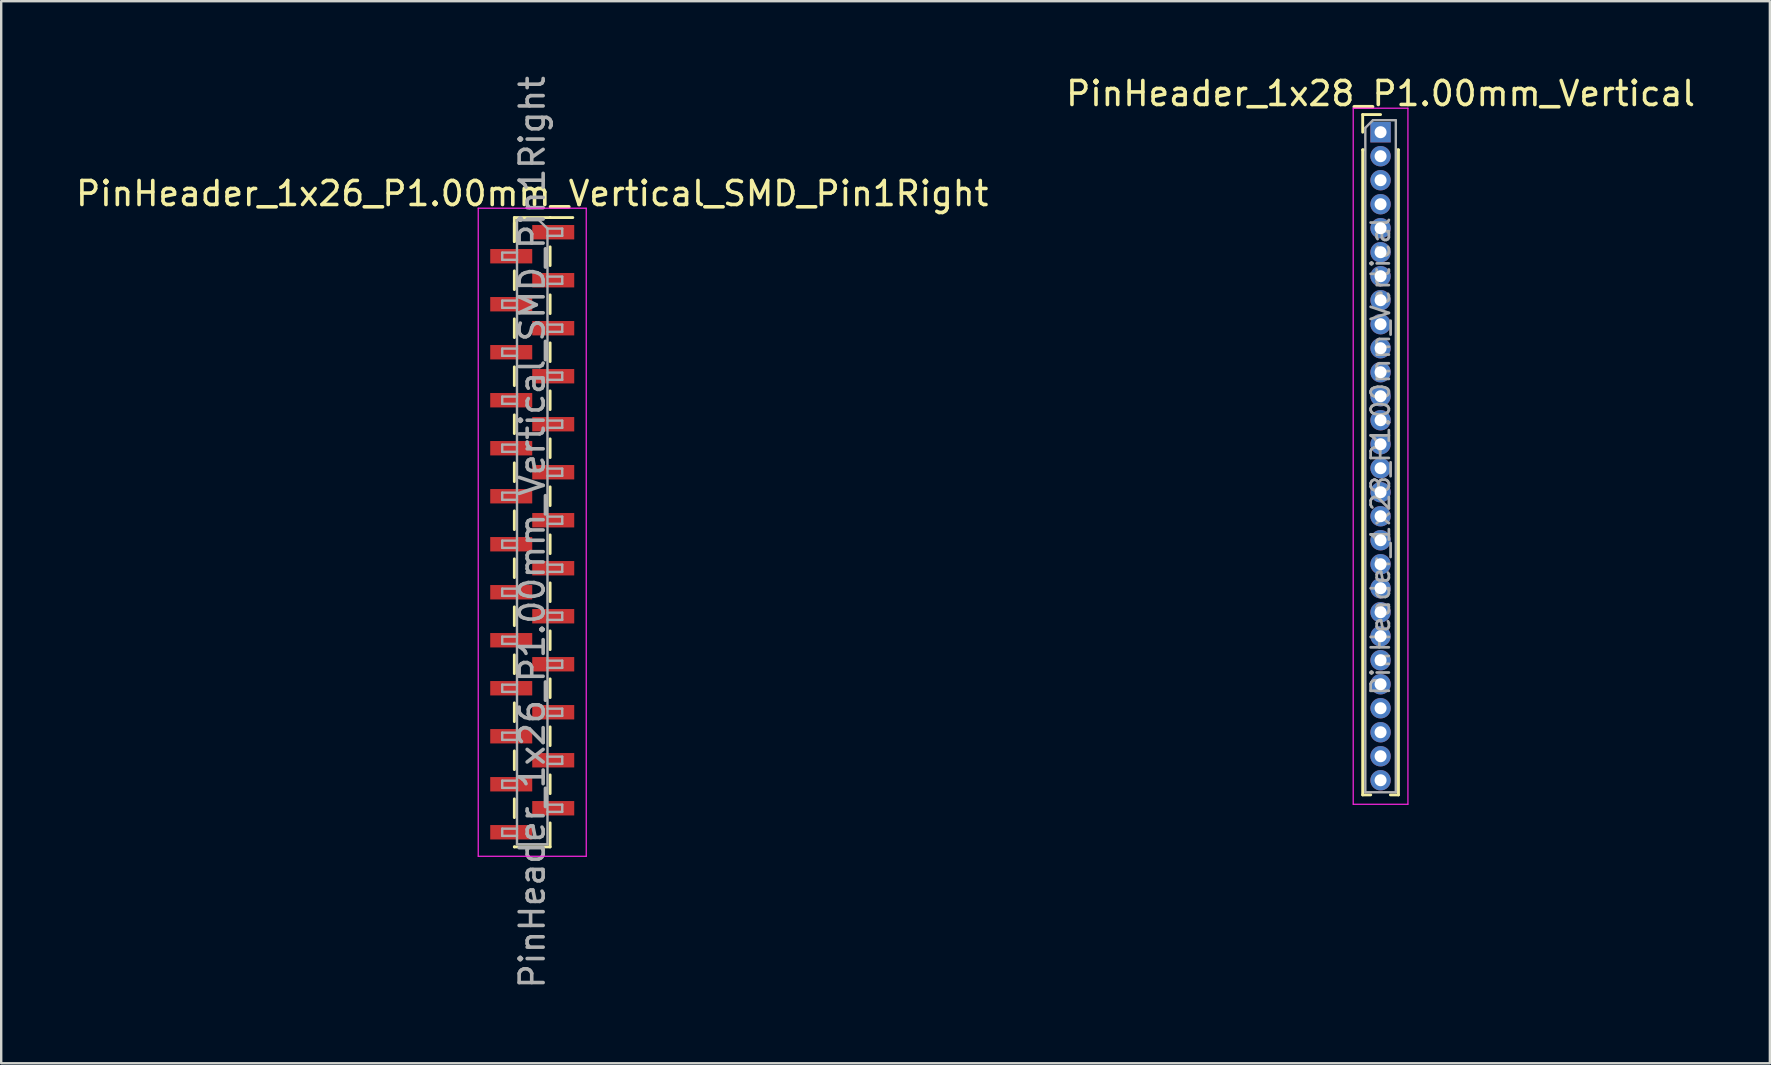
<source format=kicad_pcb>
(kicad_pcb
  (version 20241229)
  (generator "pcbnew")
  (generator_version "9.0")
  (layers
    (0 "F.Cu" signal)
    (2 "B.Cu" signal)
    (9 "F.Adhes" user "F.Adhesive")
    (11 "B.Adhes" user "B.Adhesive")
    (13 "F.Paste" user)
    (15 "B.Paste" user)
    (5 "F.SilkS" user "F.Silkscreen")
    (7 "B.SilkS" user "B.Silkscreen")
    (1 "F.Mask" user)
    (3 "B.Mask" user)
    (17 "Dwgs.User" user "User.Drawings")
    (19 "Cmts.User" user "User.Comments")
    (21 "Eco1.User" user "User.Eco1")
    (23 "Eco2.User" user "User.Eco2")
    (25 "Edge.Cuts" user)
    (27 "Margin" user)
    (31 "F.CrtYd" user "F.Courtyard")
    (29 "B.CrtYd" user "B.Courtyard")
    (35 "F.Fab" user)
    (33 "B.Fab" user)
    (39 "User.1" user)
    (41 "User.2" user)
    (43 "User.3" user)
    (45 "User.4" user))
  (footprint "PinHeader_1x28_P1.00mm_Vertical"
    (layer "F.Cu")
    (at 54.47 2.458)
    (property "Reference" "PinHeader_1x28_P1.00mm_Vertical" (at 0 -1.61 0) (layer "F.SilkS") (effects (font (size 1 1) (thickness 0.15))))
    (attr through_hole)
    (fp_line (start -0.745 -0.735) (end 0 -0.735) (stroke (width 0.12) (type solid)) (layer "F.SilkS"))
    (fp_line (start -0.745 0) (end -0.745 -0.735) (stroke (width 0.12) (type solid)) (layer "F.SilkS"))
    (fp_line (start -0.745 0.735) (end -0.745 27.61) (stroke (width 0.12) (type solid)) (layer "F.SilkS"))
    (fp_line (start -0.745 0.735) (end -0.686 0.735) (stroke (width 0.12) (type solid)) (layer "F.SilkS"))
    (fp_line (start -0.745 27.61) (end -0.41 27.61) (stroke (width 0.12) (type solid)) (layer "F.SilkS"))
    (fp_line (start 0.41 27.61) (end 0.745 27.61) (stroke (width 0.12) (type solid)) (layer "F.SilkS"))
    (fp_line (start 0.686 0.735) (end 0.745 0.735) (stroke (width 0.12) (type solid)) (layer "F.SilkS"))
    (fp_line (start 0.745 0.735) (end 0.745 27.61) (stroke (width 0.12) (type solid)) (layer "F.SilkS"))
    (fp_line (start -1.14 -1) (end -1.14 28) (stroke (width 0.05) (type solid)) (layer "F.CrtYd"))
    (fp_line (start -1.14 28) (end 1.14 28) (stroke (width 0.05) (type solid)) (layer "F.CrtYd"))
    (fp_line (start 1.14 -1) (end -1.14 -1) (stroke (width 0.05) (type solid)) (layer "F.CrtYd"))
    (fp_line (start 1.14 28) (end 1.14 -1) (stroke (width 0.05) (type solid)) (layer "F.CrtYd"))
    (fp_line (start -0.635 -0.182) (end -0.318 -0.5) (stroke (width 0.1) (type solid)) (layer "F.Fab"))
    (fp_line (start -0.635 27.5) (end -0.635 -0.182) (stroke (width 0.1) (type solid)) (layer "F.Fab"))
    (fp_line (start -0.318 -0.5) (end 0.635 -0.5) (stroke (width 0.1) (type solid)) (layer "F.Fab"))
    (fp_line (start 0.635 -0.5) (end 0.635 27.5) (stroke (width 0.1) (type solid)) (layer "F.Fab"))
    (fp_line (start 0.635 27.5) (end -0.635 27.5) (stroke (width 0.1) (type solid)) (layer "F.Fab"))
    (fp_text user "${REFERENCE}" (at 0 13.5 90) (layer "F.Fab") (effects (font (size 0.76 0.76) (thickness 0.114))))
    (pad "1" thru_hole rect (at 0 0) (size 0.85 0.85) (drill 0.5) (layers "*.Cu" "*.Mask"))
    (pad "2" thru_hole circle (at 0 1) (size 0.85 0.85) (drill 0.5) (layers "*.Cu" "*.Mask"))
    (pad "3" thru_hole circle (at 0 2) (size 0.85 0.85) (drill 0.5) (layers "*.Cu" "*.Mask"))
    (pad "4" thru_hole circle (at 0 3) (size 0.85 0.85) (drill 0.5) (layers "*.Cu" "*.Mask"))
    (pad "5" thru_hole circle (at 0 4) (size 0.85 0.85) (drill 0.5) (layers "*.Cu" "*.Mask"))
    (pad "6" thru_hole circle (at 0 5) (size 0.85 0.85) (drill 0.5) (layers "*.Cu" "*.Mask"))
    (pad "7" thru_hole circle (at 0 6) (size 0.85 0.85) (drill 0.5) (layers "*.Cu" "*.Mask"))
    (pad "8" thru_hole circle (at 0 7) (size 0.85 0.85) (drill 0.5) (layers "*.Cu" "*.Mask"))
    (pad "9" thru_hole circle (at 0 8) (size 0.85 0.85) (drill 0.5) (layers "*.Cu" "*.Mask"))
    (pad "10" thru_hole circle (at 0 9) (size 0.85 0.85) (drill 0.5) (layers "*.Cu" "*.Mask"))
    (pad "11" thru_hole circle (at 0 10) (size 0.85 0.85) (drill 0.5) (layers "*.Cu" "*.Mask"))
    (pad "12" thru_hole circle (at 0 11) (size 0.85 0.85) (drill 0.5) (layers "*.Cu" "*.Mask"))
    (pad "13" thru_hole circle (at 0 12) (size 0.85 0.85) (drill 0.5) (layers "*.Cu" "*.Mask"))
    (pad "14" thru_hole circle (at 0 13) (size 0.85 0.85) (drill 0.5) (layers "*.Cu" "*.Mask"))
    (pad "15" thru_hole circle (at 0 14) (size 0.85 0.85) (drill 0.5) (layers "*.Cu" "*.Mask"))
    (pad "16" thru_hole circle (at 0 15) (size 0.85 0.85) (drill 0.5) (layers "*.Cu" "*.Mask"))
    (pad "17" thru_hole circle (at 0 16) (size 0.85 0.85) (drill 0.5) (layers "*.Cu" "*.Mask"))
    (pad "18" thru_hole circle (at 0 17) (size 0.85 0.85) (drill 0.5) (layers "*.Cu" "*.Mask"))
    (pad "19" thru_hole circle (at 0 18) (size 0.85 0.85) (drill 0.5) (layers "*.Cu" "*.Mask"))
    (pad "20" thru_hole circle (at 0 19) (size 0.85 0.85) (drill 0.5) (layers "*.Cu" "*.Mask"))
    (pad "21" thru_hole circle (at 0 20) (size 0.85 0.85) (drill 0.5) (layers "*.Cu" "*.Mask"))
    (pad "22" thru_hole circle (at 0 21) (size 0.85 0.85) (drill 0.5) (layers "*.Cu" "*.Mask"))
    (pad "23" thru_hole circle (at 0 22) (size 0.85 0.85) (drill 0.5) (layers "*.Cu" "*.Mask"))
    (pad "24" thru_hole circle (at 0 23) (size 0.85 0.85) (drill 0.5) (layers "*.Cu" "*.Mask"))
    (pad "25" thru_hole circle (at 0 24) (size 0.85 0.85) (drill 0.5) (layers "*.Cu" "*.Mask"))
    (pad "26" thru_hole circle (at 0 25) (size 0.85 0.85) (drill 0.5) (layers "*.Cu" "*.Mask"))
    (pad "27" thru_hole circle (at 0 26) (size 0.85 0.85) (drill 0.5) (layers "*.Cu" "*.Mask"))
    (pad "28" thru_hole circle (at 0 27) (size 0.85 0.85) (drill 0.5) (layers "*.Cu" "*.Mask")))
  (footprint "PinHeader_1x26_P1.00mm_Vertical_SMD_Pin1Right"
    (layer "F.Cu")
    (at 19.125 19.125)
    (property "Reference" "PinHeader_1x26_P1.00mm_Vertical_SMD_Pin1Right" (at 0 -14.11 0) (layer "F.SilkS") (effects (font (size 1 1) (thickness 0.15))))
    (attr smd)
    (fp_line (start -0.745 -13.11) (end -0.745 -12.11) (stroke (width 0.12) (type solid)) (layer "F.SilkS"))
    (fp_line (start -0.745 -13.11) (end 0.745 -13.11) (stroke (width 0.12) (type solid)) (layer "F.SilkS"))
    (fp_line (start -0.745 -12.89) (end -0.745 -12.11) (stroke (width 0.12) (type solid)) (layer "F.SilkS"))
    (fp_line (start -0.745 -10.89) (end -0.745 -10.11) (stroke (width 0.12) (type solid)) (layer "F.SilkS"))
    (fp_line (start -0.745 -8.89) (end -0.745 -8.11) (stroke (width 0.12) (type solid)) (layer "F.SilkS"))
    (fp_line (start -0.745 -6.89) (end -0.745 -6.11) (stroke (width 0.12) (type solid)) (layer "F.SilkS"))
    (fp_line (start -0.745 -4.89) (end -0.745 -4.11) (stroke (width 0.12) (type solid)) (layer "F.SilkS"))
    (fp_line (start -0.745 -2.89) (end -0.745 -2.11) (stroke (width 0.12) (type solid)) (layer "F.SilkS"))
    (fp_line (start -0.745 -0.89) (end -0.745 -0.11) (stroke (width 0.12) (type solid)) (layer "F.SilkS"))
    (fp_line (start -0.745 1.11) (end -0.745 1.89) (stroke (width 0.12) (type solid)) (layer "F.SilkS"))
    (fp_line (start -0.745 3.11) (end -0.745 3.89) (stroke (width 0.12) (type solid)) (layer "F.SilkS"))
    (fp_line (start -0.745 5.11) (end -0.745 5.89) (stroke (width 0.12) (type solid)) (layer "F.SilkS"))
    (fp_line (start -0.745 7.11) (end -0.745 7.89) (stroke (width 0.12) (type solid)) (layer "F.SilkS"))
    (fp_line (start -0.745 9.11) (end -0.745 9.89) (stroke (width 0.12) (type solid)) (layer "F.SilkS"))
    (fp_line (start -0.745 11.11) (end -0.745 11.89) (stroke (width 0.12) (type solid)) (layer "F.SilkS"))
    (fp_line (start -0.745 13.11) (end -0.745 13.11) (stroke (width 0.12) (type solid)) (layer "F.SilkS"))
    (fp_line (start -0.745 13.11) (end 0.745 13.11) (stroke (width 0.12) (type solid)) (layer "F.SilkS"))
    (fp_line (start 0.745 -13.11) (end 0.745 -13.11) (stroke (width 0.12) (type solid)) (layer "F.SilkS"))
    (fp_line (start 0.745 -13.11) (end 1.69 -13.11) (stroke (width 0.12) (type solid)) (layer "F.SilkS"))
    (fp_line (start 0.745 -11.89) (end 0.745 -11.11) (stroke (width 0.12) (type solid)) (layer "F.SilkS"))
    (fp_line (start 0.745 -9.89) (end 0.745 -9.11) (stroke (width 0.12) (type solid)) (layer "F.SilkS"))
    (fp_line (start 0.745 -7.89) (end 0.745 -7.11) (stroke (width 0.12) (type solid)) (layer "F.SilkS"))
    (fp_line (start 0.745 -5.89) (end 0.745 -5.11) (stroke (width 0.12) (type solid)) (layer "F.SilkS"))
    (fp_line (start 0.745 -3.89) (end 0.745 -3.11) (stroke (width 0.12) (type solid)) (layer "F.SilkS"))
    (fp_line (start 0.745 -1.89) (end 0.745 -1.11) (stroke (width 0.12) (type solid)) (layer "F.SilkS"))
    (fp_line (start 0.745 0.11) (end 0.745 0.89) (stroke (width 0.12) (type solid)) (layer "F.SilkS"))
    (fp_line (start 0.745 2.11) (end 0.745 2.89) (stroke (width 0.12) (type solid)) (layer "F.SilkS"))
    (fp_line (start 0.745 4.11) (end 0.745 4.89) (stroke (width 0.12) (type solid)) (layer "F.SilkS"))
    (fp_line (start 0.745 6.11) (end 0.745 6.89) (stroke (width 0.12) (type solid)) (layer "F.SilkS"))
    (fp_line (start 0.745 8.11) (end 0.745 8.89) (stroke (width 0.12) (type solid)) (layer "F.SilkS"))
    (fp_line (start 0.745 10.11) (end 0.745 10.89) (stroke (width 0.12) (type solid)) (layer "F.SilkS"))
    (fp_line (start 0.745 12.11) (end 0.745 13.11) (stroke (width 0.12) (type solid)) (layer "F.SilkS"))
    (fp_line (start -2.25 -13.5) (end -2.25 13.5) (stroke (width 0.05) (type solid)) (layer "F.CrtYd"))
    (fp_line (start -2.25 13.5) (end 2.25 13.5) (stroke (width 0.05) (type solid)) (layer "F.CrtYd"))
    (fp_line (start 2.25 -13.5) (end -2.25 -13.5) (stroke (width 0.05) (type solid)) (layer "F.CrtYd"))
    (fp_line (start 2.25 13.5) (end 2.25 -13.5) (stroke (width 0.05) (type solid)) (layer "F.CrtYd"))
    (fp_line (start -1.25 -11.65) (end -1.25 -11.35) (stroke (width 0.1) (type solid)) (layer "F.Fab"))
    (fp_line (start -1.25 -11.35) (end -0.635 -11.35) (stroke (width 0.1) (type solid)) (layer "F.Fab"))
    (fp_line (start -1.25 -9.65) (end -1.25 -9.35) (stroke (width 0.1) (type solid)) (layer "F.Fab"))
    (fp_line (start -1.25 -9.35) (end -0.635 -9.35) (stroke (width 0.1) (type solid)) (layer "F.Fab"))
    (fp_line (start -1.25 -7.65) (end -1.25 -7.35) (stroke (width 0.1) (type solid)) (layer "F.Fab"))
    (fp_line (start -1.25 -7.35) (end -0.635 -7.35) (stroke (width 0.1) (type solid)) (layer "F.Fab"))
    (fp_line (start -1.25 -5.65) (end -1.25 -5.35) (stroke (width 0.1) (type solid)) (layer "F.Fab"))
    (fp_line (start -1.25 -5.35) (end -0.635 -5.35) (stroke (width 0.1) (type solid)) (layer "F.Fab"))
    (fp_line (start -1.25 -3.65) (end -1.25 -3.35) (stroke (width 0.1) (type solid)) (layer "F.Fab"))
    (fp_line (start -1.25 -3.35) (end -0.635 -3.35) (stroke (width 0.1) (type solid)) (layer "F.Fab"))
    (fp_line (start -1.25 -1.65) (end -1.25 -1.35) (stroke (width 0.1) (type solid)) (layer "F.Fab"))
    (fp_line (start -1.25 -1.35) (end -0.635 -1.35) (stroke (width 0.1) (type solid)) (layer "F.Fab"))
    (fp_line (start -1.25 0.35) (end -1.25 0.65) (stroke (width 0.1) (type solid)) (layer "F.Fab"))
    (fp_line (start -1.25 0.65) (end -0.635 0.65) (stroke (width 0.1) (type solid)) (layer "F.Fab"))
    (fp_line (start -1.25 2.35) (end -1.25 2.65) (stroke (width 0.1) (type solid)) (layer "F.Fab"))
    (fp_line (start -1.25 2.65) (end -0.635 2.65) (stroke (width 0.1) (type solid)) (layer "F.Fab"))
    (fp_line (start -1.25 4.35) (end -1.25 4.65) (stroke (width 0.1) (type solid)) (layer "F.Fab"))
    (fp_line (start -1.25 4.65) (end -0.635 4.65) (stroke (width 0.1) (type solid)) (layer "F.Fab"))
    (fp_line (start -1.25 6.35) (end -1.25 6.65) (stroke (width 0.1) (type solid)) (layer "F.Fab"))
    (fp_line (start -1.25 6.65) (end -0.635 6.65) (stroke (width 0.1) (type solid)) (layer "F.Fab"))
    (fp_line (start -1.25 8.35) (end -1.25 8.65) (stroke (width 0.1) (type solid)) (layer "F.Fab"))
    (fp_line (start -1.25 8.65) (end -0.635 8.65) (stroke (width 0.1) (type solid)) (layer "F.Fab"))
    (fp_line (start -1.25 10.35) (end -1.25 10.65) (stroke (width 0.1) (type solid)) (layer "F.Fab"))
    (fp_line (start -1.25 10.65) (end -0.635 10.65) (stroke (width 0.1) (type solid)) (layer "F.Fab"))
    (fp_line (start -1.25 12.35) (end -1.25 12.65) (stroke (width 0.1) (type solid)) (layer "F.Fab"))
    (fp_line (start -1.25 12.65) (end -0.635 12.65) (stroke (width 0.1) (type solid)) (layer "F.Fab"))
    (fp_line (start -0.635 -13) (end -0.635 13) (stroke (width 0.1) (type solid)) (layer "F.Fab"))
    (fp_line (start -0.635 -13) (end 0.285 -13) (stroke (width 0.1) (type solid)) (layer "F.Fab"))
    (fp_line (start -0.635 -11.65) (end -1.25 -11.65) (stroke (width 0.1) (type solid)) (layer "F.Fab"))
    (fp_line (start -0.635 -9.65) (end -1.25 -9.65) (stroke (width 0.1) (type solid)) (layer "F.Fab"))
    (fp_line (start -0.635 -7.65) (end -1.25 -7.65) (stroke (width 0.1) (type solid)) (layer "F.Fab"))
    (fp_line (start -0.635 -5.65) (end -1.25 -5.65) (stroke (width 0.1) (type solid)) (layer "F.Fab"))
    (fp_line (start -0.635 -3.65) (end -1.25 -3.65) (stroke (width 0.1) (type solid)) (layer "F.Fab"))
    (fp_line (start -0.635 -1.65) (end -1.25 -1.65) (stroke (width 0.1) (type solid)) (layer "F.Fab"))
    (fp_line (start -0.635 0.35) (end -1.25 0.35) (stroke (width 0.1) (type solid)) (layer "F.Fab"))
    (fp_line (start -0.635 2.35) (end -1.25 2.35) (stroke (width 0.1) (type solid)) (layer "F.Fab"))
    (fp_line (start -0.635 4.35) (end -1.25 4.35) (stroke (width 0.1) (type solid)) (layer "F.Fab"))
    (fp_line (start -0.635 6.35) (end -1.25 6.35) (stroke (width 0.1) (type solid)) (layer "F.Fab"))
    (fp_line (start -0.635 8.35) (end -1.25 8.35) (stroke (width 0.1) (type solid)) (layer "F.Fab"))
    (fp_line (start -0.635 10.35) (end -1.25 10.35) (stroke (width 0.1) (type solid)) (layer "F.Fab"))
    (fp_line (start -0.635 12.35) (end -1.25 12.35) (stroke (width 0.1) (type solid)) (layer "F.Fab"))
    (fp_line (start 0.635 -12.65) (end 0.285 -13) (stroke (width 0.1) (type solid)) (layer "F.Fab"))
    (fp_line (start 0.635 -12.65) (end 1.25 -12.65) (stroke (width 0.1) (type solid)) (layer "F.Fab"))
    (fp_line (start 0.635 -10.65) (end 1.25 -10.65) (stroke (width 0.1) (type solid)) (layer "F.Fab"))
    (fp_line (start 0.635 -8.65) (end 1.25 -8.65) (stroke (width 0.1) (type solid)) (layer "F.Fab"))
    (fp_line (start 0.635 -6.65) (end 1.25 -6.65) (stroke (width 0.1) (type solid)) (layer "F.Fab"))
    (fp_line (start 0.635 -4.65) (end 1.25 -4.65) (stroke (width 0.1) (type solid)) (layer "F.Fab"))
    (fp_line (start 0.635 -2.65) (end 1.25 -2.65) (stroke (width 0.1) (type solid)) (layer "F.Fab"))
    (fp_line (start 0.635 -0.65) (end 1.25 -0.65) (stroke (width 0.1) (type solid)) (layer "F.Fab"))
    (fp_line (start 0.635 1.35) (end 1.25 1.35) (stroke (width 0.1) (type solid)) (layer "F.Fab"))
    (fp_line (start 0.635 3.35) (end 1.25 3.35) (stroke (width 0.1) (type solid)) (layer "F.Fab"))
    (fp_line (start 0.635 5.35) (end 1.25 5.35) (stroke (width 0.1) (type solid)) (layer "F.Fab"))
    (fp_line (start 0.635 7.35) (end 1.25 7.35) (stroke (width 0.1) (type solid)) (layer "F.Fab"))
    (fp_line (start 0.635 9.35) (end 1.25 9.35) (stroke (width 0.1) (type solid)) (layer "F.Fab"))
    (fp_line (start 0.635 11.35) (end 1.25 11.35) (stroke (width 0.1) (type solid)) (layer "F.Fab"))
    (fp_line (start 0.635 13) (end -0.635 13) (stroke (width 0.1) (type solid)) (layer "F.Fab"))
    (fp_line (start 0.635 13) (end 0.635 -12.65) (stroke (width 0.1) (type solid)) (layer "F.Fab"))
    (fp_line (start 1.25 -12.65) (end 1.25 -12.35) (stroke (width 0.1) (type solid)) (layer "F.Fab"))
    (fp_line (start 1.25 -12.35) (end 0.635 -12.35) (stroke (width 0.1) (type solid)) (layer "F.Fab"))
    (fp_line (start 1.25 -10.65) (end 1.25 -10.35) (stroke (width 0.1) (type solid)) (layer "F.Fab"))
    (fp_line (start 1.25 -10.35) (end 0.635 -10.35) (stroke (width 0.1) (type solid)) (layer "F.Fab"))
    (fp_line (start 1.25 -8.65) (end 1.25 -8.35) (stroke (width 0.1) (type solid)) (layer "F.Fab"))
    (fp_line (start 1.25 -8.35) (end 0.635 -8.35) (stroke (width 0.1) (type solid)) (layer "F.Fab"))
    (fp_line (start 1.25 -6.65) (end 1.25 -6.35) (stroke (width 0.1) (type solid)) (layer "F.Fab"))
    (fp_line (start 1.25 -6.35) (end 0.635 -6.35) (stroke (width 0.1) (type solid)) (layer "F.Fab"))
    (fp_line (start 1.25 -4.65) (end 1.25 -4.35) (stroke (width 0.1) (type solid)) (layer "F.Fab"))
    (fp_line (start 1.25 -4.35) (end 0.635 -4.35) (stroke (width 0.1) (type solid)) (layer "F.Fab"))
    (fp_line (start 1.25 -2.65) (end 1.25 -2.35) (stroke (width 0.1) (type solid)) (layer "F.Fab"))
    (fp_line (start 1.25 -2.35) (end 0.635 -2.35) (stroke (width 0.1) (type solid)) (layer "F.Fab"))
    (fp_line (start 1.25 -0.65) (end 1.25 -0.35) (stroke (width 0.1) (type solid)) (layer "F.Fab"))
    (fp_line (start 1.25 -0.35) (end 0.635 -0.35) (stroke (width 0.1) (type solid)) (layer "F.Fab"))
    (fp_line (start 1.25 1.35) (end 1.25 1.65) (stroke (width 0.1) (type solid)) (layer "F.Fab"))
    (fp_line (start 1.25 1.65) (end 0.635 1.65) (stroke (width 0.1) (type solid)) (layer "F.Fab"))
    (fp_line (start 1.25 3.35) (end 1.25 3.65) (stroke (width 0.1) (type solid)) (layer "F.Fab"))
    (fp_line (start 1.25 3.65) (end 0.635 3.65) (stroke (width 0.1) (type solid)) (layer "F.Fab"))
    (fp_line (start 1.25 5.35) (end 1.25 5.65) (stroke (width 0.1) (type solid)) (layer "F.Fab"))
    (fp_line (start 1.25 5.65) (end 0.635 5.65) (stroke (width 0.1) (type solid)) (layer "F.Fab"))
    (fp_line (start 1.25 7.35) (end 1.25 7.65) (stroke (width 0.1) (type solid)) (layer "F.Fab"))
    (fp_line (start 1.25 7.65) (end 0.635 7.65) (stroke (width 0.1) (type solid)) (layer "F.Fab"))
    (fp_line (start 1.25 9.35) (end 1.25 9.65) (stroke (width 0.1) (type solid)) (layer "F.Fab"))
    (fp_line (start 1.25 9.65) (end 0.635 9.65) (stroke (width 0.1) (type solid)) (layer "F.Fab"))
    (fp_line (start 1.25 11.35) (end 1.25 11.65) (stroke (width 0.1) (type solid)) (layer "F.Fab"))
    (fp_line (start 1.25 11.65) (end 0.635 11.65) (stroke (width 0.1) (type solid)) (layer "F.Fab"))
    (fp_text user "${REFERENCE}" (at 0 0 90) (layer "F.Fab") (effects (font (size 1 1) (thickness 0.15))))
    (pad "1" smd rect (at 0.875 -12.5) (size 1.75 0.6) (layers "F.Cu" "F.Mask" "F.Paste"))
    (pad "2" smd rect (at -0.875 -11.5) (size 1.75 0.6) (layers "F.Cu" "F.Mask" "F.Paste"))
    (pad "3" smd rect (at 0.875 -10.5) (size 1.75 0.6) (layers "F.Cu" "F.Mask" "F.Paste"))
    (pad "4" smd rect (at -0.875 -9.5) (size 1.75 0.6) (layers "F.Cu" "F.Mask" "F.Paste"))
    (pad "5" smd rect (at 0.875 -8.5) (size 1.75 0.6) (layers "F.Cu" "F.Mask" "F.Paste"))
    (pad "6" smd rect (at -0.875 -7.5) (size 1.75 0.6) (layers "F.Cu" "F.Mask" "F.Paste"))
    (pad "7" smd rect (at 0.875 -6.5) (size 1.75 0.6) (layers "F.Cu" "F.Mask" "F.Paste"))
    (pad "8" smd rect (at -0.875 -5.5) (size 1.75 0.6) (layers "F.Cu" "F.Mask" "F.Paste"))
    (pad "9" smd rect (at 0.875 -4.5) (size 1.75 0.6) (layers "F.Cu" "F.Mask" "F.Paste"))
    (pad "10" smd rect (at -0.875 -3.5) (size 1.75 0.6) (layers "F.Cu" "F.Mask" "F.Paste"))
    (pad "11" smd rect (at 0.875 -2.5) (size 1.75 0.6) (layers "F.Cu" "F.Mask" "F.Paste"))
    (pad "12" smd rect (at -0.875 -1.5) (size 1.75 0.6) (layers "F.Cu" "F.Mask" "F.Paste"))
    (pad "13" smd rect (at 0.875 -0.5) (size 1.75 0.6) (layers "F.Cu" "F.Mask" "F.Paste"))
    (pad "14" smd rect (at -0.875 0.5) (size 1.75 0.6) (layers "F.Cu" "F.Mask" "F.Paste"))
    (pad "15" smd rect (at 0.875 1.5) (size 1.75 0.6) (layers "F.Cu" "F.Mask" "F.Paste"))
    (pad "16" smd rect (at -0.875 2.5) (size 1.75 0.6) (layers "F.Cu" "F.Mask" "F.Paste"))
    (pad "17" smd rect (at 0.875 3.5) (size 1.75 0.6) (layers "F.Cu" "F.Mask" "F.Paste"))
    (pad "18" smd rect (at -0.875 4.5) (size 1.75 0.6) (layers "F.Cu" "F.Mask" "F.Paste"))
    (pad "19" smd rect (at 0.875 5.5) (size 1.75 0.6) (layers "F.Cu" "F.Mask" "F.Paste"))
    (pad "20" smd rect (at -0.875 6.5) (size 1.75 0.6) (layers "F.Cu" "F.Mask" "F.Paste"))
    (pad "21" smd rect (at 0.875 7.5) (size 1.75 0.6) (layers "F.Cu" "F.Mask" "F.Paste"))
    (pad "22" smd rect (at -0.875 8.5) (size 1.75 0.6) (layers "F.Cu" "F.Mask" "F.Paste"))
    (pad "23" smd rect (at 0.875 9.5) (size 1.75 0.6) (layers "F.Cu" "F.Mask" "F.Paste"))
    (pad "24" smd rect (at -0.875 10.5) (size 1.75 0.6) (layers "F.Cu" "F.Mask" "F.Paste"))
    (pad "25" smd rect (at 0.875 11.5) (size 1.75 0.6) (layers "F.Cu" "F.Mask" "F.Paste"))
    (pad "26" smd rect (at -0.875 12.5) (size 1.75 0.6) (layers "F.Cu" "F.Mask" "F.Paste")))
  (gr_rect
    (start -3 -3)
    (end 70.69 41.25)
    (stroke (width 0.1) (type default))
    (fill no)
    (layer "Edge.Cuts")))
</source>
